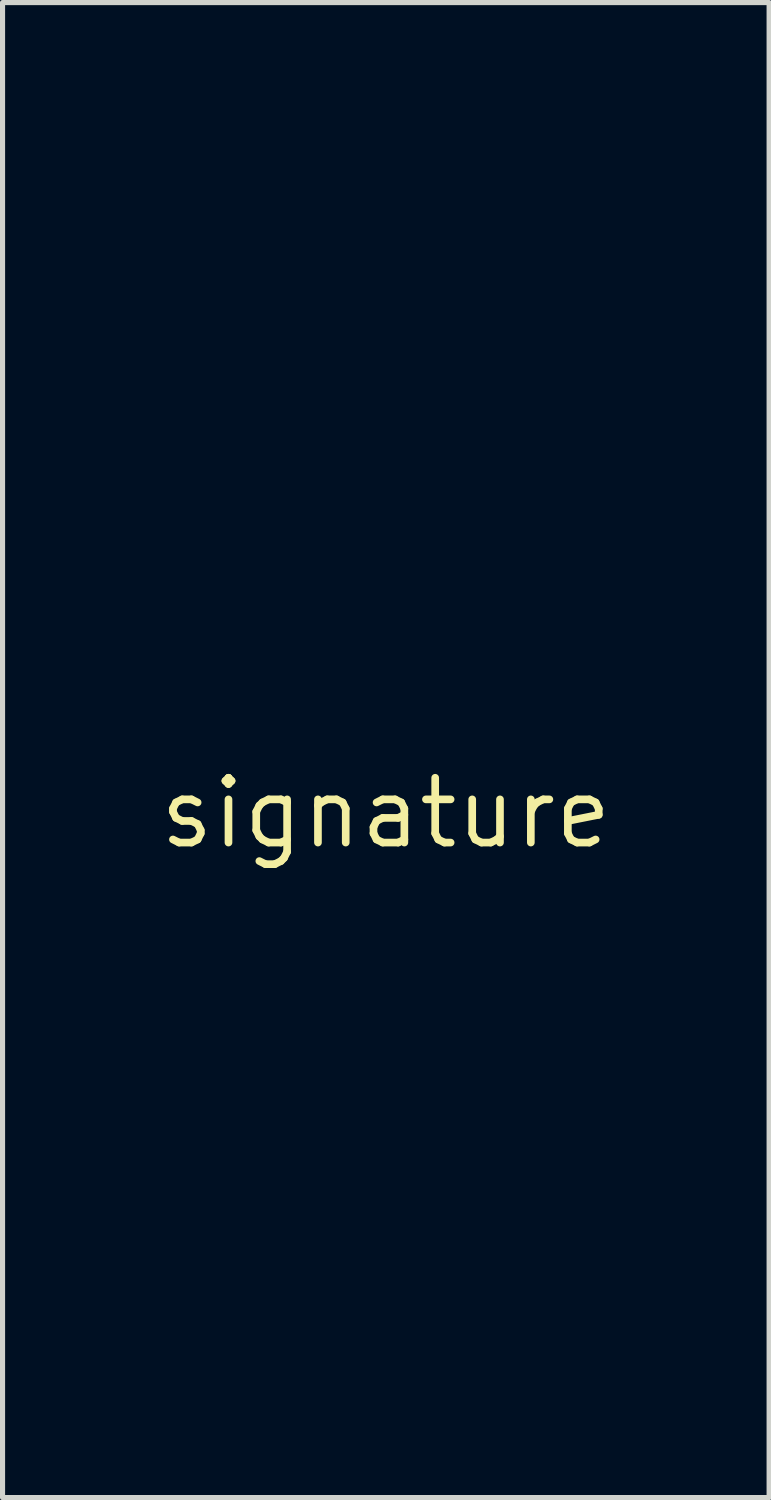
<source format=kicad_pcb>
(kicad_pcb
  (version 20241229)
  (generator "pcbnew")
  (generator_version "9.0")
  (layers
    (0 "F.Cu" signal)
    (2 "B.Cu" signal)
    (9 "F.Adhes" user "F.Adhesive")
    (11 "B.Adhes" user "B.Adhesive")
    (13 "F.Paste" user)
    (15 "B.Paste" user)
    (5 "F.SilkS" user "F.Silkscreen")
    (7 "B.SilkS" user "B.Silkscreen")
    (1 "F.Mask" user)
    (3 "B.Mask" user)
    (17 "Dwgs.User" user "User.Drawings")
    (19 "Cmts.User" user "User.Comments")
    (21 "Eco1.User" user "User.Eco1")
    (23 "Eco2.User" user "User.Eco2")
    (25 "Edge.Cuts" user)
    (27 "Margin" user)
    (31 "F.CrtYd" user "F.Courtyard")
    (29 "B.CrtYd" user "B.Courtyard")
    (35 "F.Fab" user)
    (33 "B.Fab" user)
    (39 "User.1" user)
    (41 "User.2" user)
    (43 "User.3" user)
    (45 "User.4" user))
  (footprint "signature"
    (layer "F.Cu")
    (at 4.513 12.886)
    (property "Reference" "signature" (at 0 0 0) (layer "F.SilkS") (effects (font (size 1.27 1.27) (thickness 0.15))))
    (attr through_hole)
    (fp_poly (pts (xy -3.387 1.736) (xy -3.768 1.736) (xy -3.768 1.312) (xy -3.387 1.312) (xy -3.387 1.736)) (stroke (width 0.01) (type solid)) (fill yes) (layer "F.Mask"))
    (fp_poly (pts (xy -1.651 1.736) (xy -3.133 1.736) (xy -3.133 1.312) (xy -1.651 1.312) (xy -1.651 1.736)) (stroke (width 0.01) (type solid)) (fill yes) (layer "F.Mask"))
    (fp_poly (pts (xy 2.752 -10.118) (xy 0.762 -10.118) (xy 0.762 -10.626) (xy 2.752 -10.626) (xy 2.752 -10.118)) (stroke (width 0.01) (type solid)) (fill yes) (layer "F.Mask"))
    (fp_poly (pts (xy 0.339 -10.118) (xy -0.131 -10.118) (xy -0.118 -10.382) (xy -0.106 -10.647) (xy 0.339 -10.672) (xy 0.339 -10.118)) (stroke (width 0.01) (type solid)) (fill yes) (layer "F.Mask"))
    (fp_poly (pts (xy 0.318 -9.292) (xy 0.54 -9.279) (xy 0.762 -9.267) (xy 0.762 -9.737) (xy 1.228 -9.737) (xy 1.228 -9.271) (xy 2.752 -9.271) (xy 2.752 -8.763) (xy 1.228 -8.763) (xy 1.228 -8.382) (xy 0.762 -8.382) (xy 0.762 -8.763) (xy 0.506 -8.763) (xy 0.263 -8.786) (xy 0.084 -8.854) (xy -0.027 -8.965) (xy -0.045 -9.003) (xy -0.069 -9.1) (xy -0.094 -9.249) (xy -0.113 -9.419) (xy -0.113 -9.425) (xy -0.139 -9.737) (xy 0.242 -9.737) (xy 0.318 -9.292)) (stroke (width 0.01) (type solid)) (fill yes) (layer "F.Mask"))
    (fp_poly (pts (xy 0.297 1.365) (xy 0.309 1.521) (xy 0.354 1.614) (xy 0.448 1.662) (xy 0.566 1.682) (xy 0.762 1.704) (xy 0.762 1.185) (xy 1.228 1.185) (xy 1.228 1.693) (xy 2.794 1.693) (xy 2.794 2.244) (xy 1.228 2.244) (xy 1.228 2.625) (xy 0.762 2.625) (xy 0.762 2.256) (xy 0.488 2.23) (xy 0.257 2.196) (xy 0.09 2.136) (xy -0.022 2.038) (xy -0.089 1.889) (xy -0.121 1.679) (xy -0.127 1.471) (xy -0.127 1.185) (xy 0.296 1.185) (xy 0.297 1.365)) (stroke (width 0.01) (type solid)) (fill yes) (layer "F.Mask"))
    (fp_poly (pts (xy 1.238 9.279) (xy 1.63 9.284) (xy 1.945 9.293) (xy 2.193 9.307) (xy 2.383 9.333) (xy 2.522 9.374) (xy 2.619 9.435) (xy 2.684 9.52) (xy 2.724 9.634) (xy 2.748 9.781) (xy 2.765 9.966) (xy 2.772 10.065) (xy 2.8 10.414) (xy 2.286 10.414) (xy 2.286 10.232) (xy 2.285 10.13) (xy 2.276 10.05) (xy 2.25 9.989) (xy 2.197 9.945) (xy 2.108 9.915) (xy 1.974 9.896) (xy 1.786 9.884) (xy 1.533 9.877) (xy 1.207 9.873) (xy 1.125 9.872) (xy 0.085 9.858) (xy 0.085 9.262) (xy 1.238 9.279)) (stroke (width 0.01) (type solid)) (fill yes) (layer "F.Mask"))
    (fp_poly (pts (xy -1.651 -1.616) (xy -2.182 -1.602) (xy -2.421 -1.593) (xy -2.588 -1.58) (xy -2.696 -1.555) (xy -2.757 -1.515) (xy -2.786 -1.454) (xy -2.793 -1.366) (xy -2.793 -1.352) (xy -2.786 -1.251) (xy -2.754 -1.179) (xy -2.686 -1.13) (xy -2.568 -1.099) (xy -2.389 -1.08) (xy -2.166 -1.068) (xy -1.651 -1.047) (xy -1.651 -0.72) (xy -3.09 -0.72) (xy -3.09 -0.889) (xy -3.084 -0.999) (xy -3.056 -1.048) (xy -2.998 -1.058) (xy -2.906 -1.058) (xy -2.995 -1.154) (xy -3.077 -1.291) (xy -3.115 -1.46) (xy -3.109 -1.634) (xy -3.061 -1.789) (xy -2.972 -1.899) (xy -2.949 -1.914) (xy -2.868 -1.936) (xy -2.717 -1.956) (xy -2.508 -1.971) (xy -2.257 -1.982) (xy -2.254 -1.982) (xy -1.651 -1.999) (xy -1.651 -1.616)) (stroke (width 0.01) (type solid)) (fill yes) (layer "F.Mask"))
    (fp_poly (pts (xy -2.319 5.069) (xy -2.086 5.087) (xy -1.918 5.128) (xy -1.802 5.203) (xy -1.729 5.322) (xy -1.687 5.495) (xy -1.666 5.733) (xy -1.658 5.999) (xy -1.643 6.604) (xy -3.654 6.604) (xy -3.633 6.181) (xy -3.217 6.181) (xy -2.032 6.181) (xy -2.032 5.906) (xy -2.038 5.748) (xy -2.066 5.636) (xy -2.126 5.564) (xy -2.232 5.523) (xy -2.394 5.507) (xy -2.627 5.508) (xy -2.688 5.51) (xy -2.905 5.52) (xy -3.05 5.535) (xy -3.136 5.557) (xy -3.176 5.588) (xy -3.197 5.662) (xy -3.212 5.791) (xy -3.217 5.916) (xy -3.217 6.181) (xy -3.633 6.181) (xy -3.627 6.049) (xy -3.607 5.734) (xy -3.575 5.495) (xy -3.52 5.32) (xy -3.432 5.199) (xy -3.301 5.123) (xy -3.117 5.082) (xy -2.87 5.066) (xy -2.625 5.064) (xy -2.319 5.069)) (stroke (width 0.01) (type solid)) (fill yes) (layer "F.Mask"))
    (fp_poly (pts (xy -2.275 -9.218) (xy -2.014 -9.208) (xy -1.774 -9.196) (xy -1.573 -9.181) (xy -1.426 -9.166) (xy -1.347 -9.15) (xy -1.346 -9.15) (xy -1.241 -9.085) (xy -1.168 -8.98) (xy -1.124 -8.821) (xy -1.103 -8.597) (xy -1.101 -8.448) (xy -1.101 -8.043) (xy -1.397 -8.043) (xy -1.397 -8.377) (xy -1.402 -8.569) (xy -1.424 -8.694) (xy -1.474 -8.769) (xy -1.561 -8.812) (xy -1.668 -8.834) (xy -1.78 -8.838) (xy -1.82 -8.807) (xy -1.784 -8.745) (xy -1.758 -8.722) (xy -1.691 -8.617) (xy -1.664 -8.468) (xy -1.672 -8.301) (xy -1.714 -8.145) (xy -1.787 -8.029) (xy -1.83 -7.996) (xy -1.905 -7.976) (xy -2.046 -7.957) (xy -2.235 -7.94) (xy -2.452 -7.928) (xy -2.506 -7.925) (xy -3.09 -7.904) (xy -3.09 -8.297) (xy -2.649 -8.297) (xy -2.397 -8.301) (xy -2.218 -8.314) (xy -2.099 -8.342) (xy -2.03 -8.388) (xy -1.997 -8.457) (xy -1.99 -8.545) (xy -1.997 -8.653) (xy -2.029 -8.73) (xy -2.097 -8.782) (xy -2.213 -8.814) (xy -2.391 -8.832) (xy -2.61 -8.842) (xy -3.09 -8.857) (xy -3.09 -9.241) (xy -2.275 -9.218)) (stroke (width 0.01) (type solid)) (fill yes) (layer "F.Mask"))
    (fp_poly (pts (xy -1.906 2.054) (xy -1.764 2.125) (xy -1.67 2.25) (xy -1.62 2.436) (xy -1.612 2.688) (xy -1.628 2.896) (xy -1.658 3.175) (xy -1.991 3.175) (xy -1.982 2.847) (xy -1.981 2.644) (xy -1.995 2.512) (xy -2.027 2.44) (xy -2.081 2.414) (xy -2.095 2.413) (xy -2.136 2.426) (xy -2.167 2.476) (xy -2.193 2.577) (xy -2.218 2.744) (xy -2.224 2.794) (xy -2.266 2.995) (xy -2.341 3.125) (xy -2.46 3.194) (xy -2.632 3.215) (xy -2.643 3.214) (xy -2.787 3.204) (xy -2.909 3.182) (xy -2.948 3.168) (xy -3.035 3.099) (xy -3.093 2.986) (xy -3.124 2.814) (xy -3.133 2.584) (xy -3.13 2.379) (xy -3.118 2.245) (xy -3.089 2.166) (xy -3.038 2.128) (xy -2.958 2.117) (xy -2.926 2.117) (xy -2.771 2.117) (xy -2.787 2.426) (xy -2.791 2.599) (xy -2.781 2.708) (xy -2.753 2.772) (xy -2.737 2.789) (xy -2.671 2.825) (xy -2.623 2.799) (xy -2.588 2.705) (xy -2.561 2.535) (xy -2.559 2.511) (xy -2.522 2.297) (xy -2.457 2.155) (xy -2.353 2.072) (xy -2.199 2.036) (xy -2.1 2.032) (xy -1.906 2.054)) (stroke (width 0.01) (type solid)) (fill yes) (layer "F.Mask"))
    (fp_poly (pts (xy 1.905 -11.642) (xy 2.045 -11.642) (xy 2.163 -11.649) (xy 2.246 -11.677) (xy 2.3 -11.741) (xy 2.331 -11.851) (xy 2.345 -12.02) (xy 2.347 -12.26) (xy 2.347 -12.273) (xy 2.345 -12.785) (xy 2.744 -12.785) (xy 2.775 -12.373) (xy 2.786 -11.997) (xy 2.757 -11.693) (xy 2.688 -11.46) (xy 2.577 -11.294) (xy 2.424 -11.195) (xy 2.409 -11.189) (xy 2.313 -11.171) (xy 2.154 -11.156) (xy 1.957 -11.146) (xy 1.743 -11.141) (xy 1.536 -11.141) (xy 1.357 -11.147) (xy 1.23 -11.16) (xy 1.206 -11.165) (xy 1.024 -11.25) (xy 0.89 -11.401) (xy 0.804 -11.621) (xy 0.765 -11.91) (xy 0.765 -11.912) (xy 1.18 -11.912) (xy 1.215 -11.765) (xy 1.293 -11.678) (xy 1.419 -11.643) (xy 1.464 -11.642) (xy 1.609 -11.642) (xy 1.609 -12.361) (xy 1.445 -12.361) (xy 1.301 -12.343) (xy 1.22 -12.278) (xy 1.185 -12.151) (xy 1.183 -12.129) (xy 1.18 -11.912) (xy 0.765 -11.912) (xy 0.762 -12.023) (xy 0.776 -12.306) (xy 0.824 -12.519) (xy 0.915 -12.67) (xy 1.058 -12.771) (xy 1.263 -12.831) (xy 1.529 -12.86) (xy 1.905 -12.881) (xy 1.905 -11.642)) (stroke (width 0.01) (type solid)) (fill yes) (layer "F.Mask"))
    (fp_poly (pts (xy -1.651 -5.034) (xy -1.66 -4.916) (xy -1.695 -4.856) (xy -1.735 -4.838) (xy -1.79 -4.82) (xy -1.792 -4.789) (xy -1.743 -4.719) (xy -1.735 -4.71) (xy -1.68 -4.59) (xy -1.652 -4.427) (xy -1.653 -4.258) (xy -1.686 -4.121) (xy -1.692 -4.109) (xy -1.776 -4.03) (xy -1.924 -3.966) (xy -2.116 -3.92) (xy -2.331 -3.896) (xy -2.549 -3.896) (xy -2.75 -3.923) (xy -2.809 -3.938) (xy -2.972 -4.018) (xy -3.072 -4.147) (xy -3.114 -4.301) (xy -3.12 -4.469) (xy -3.082 -4.595) (xy -2.786 -4.595) (xy -2.784 -4.458) (xy -2.733 -4.348) (xy -2.727 -4.342) (xy -2.652 -4.308) (xy -2.52 -4.285) (xy -2.363 -4.273) (xy -2.207 -4.275) (xy -2.082 -4.293) (xy -2.057 -4.301) (xy -2.012 -4.348) (xy -1.992 -4.455) (xy -1.99 -4.535) (xy -1.995 -4.663) (xy -2.018 -4.734) (xy -2.072 -4.774) (xy -2.106 -4.788) (xy -2.239 -4.817) (xy -2.399 -4.82) (xy -2.556 -4.8) (xy -2.681 -4.76) (xy -2.737 -4.719) (xy -2.786 -4.595) (xy -3.082 -4.595) (xy -3.073 -4.625) (xy -3.058 -4.656) (xy -2.974 -4.826) (xy -3.773 -4.826) (xy -3.76 -5.006) (xy -3.747 -5.186) (xy -1.651 -5.208) (xy -1.651 -5.034)) (stroke (width 0.01) (type solid)) (fill yes) (layer "F.Mask"))
    (fp_poly (pts (xy -2.286 -2.709) (xy -2.16 -2.709) (xy -2.068 -2.725) (xy -2.005 -2.778) (xy -1.968 -2.883) (xy -1.95 -3.05) (xy -1.947 -3.215) (xy -1.947 -3.556) (xy -1.821 -3.556) (xy -1.747 -3.546) (xy -1.696 -3.507) (xy -1.666 -3.427) (xy -1.653 -3.295) (xy -1.653 -3.096) (xy -1.657 -2.966) (xy -1.667 -2.78) (xy -1.681 -2.657) (xy -1.706 -2.575) (xy -1.748 -2.511) (xy -1.789 -2.467) (xy -1.85 -2.412) (xy -1.912 -2.377) (xy -1.996 -2.357) (xy -2.124 -2.345) (xy -2.316 -2.339) (xy -2.319 -2.339) (xy -2.583 -2.34) (xy -2.769 -2.359) (xy -2.859 -2.385) (xy -2.978 -2.483) (xy -3.066 -2.64) (xy -3.117 -2.838) (xy -3.122 -2.955) (xy -2.83 -2.955) (xy -2.795 -2.818) (xy -2.74 -2.736) (xy -2.644 -2.71) (xy -2.626 -2.709) (xy -2.498 -2.709) (xy -2.498 -2.963) (xy -2.499 -3.104) (xy -2.511 -3.18) (xy -2.543 -3.211) (xy -2.604 -3.217) (xy -2.623 -3.217) (xy -2.746 -3.184) (xy -2.817 -3.093) (xy -2.83 -2.955) (xy -3.122 -2.955) (xy -3.126 -3.057) (xy -3.095 -3.242) (xy -3.041 -3.39) (xy -2.962 -3.487) (xy -2.84 -3.546) (xy -2.657 -3.579) (xy -2.587 -3.585) (xy -2.286 -3.611) (xy -2.286 -2.709)) (stroke (width 0.01) (type solid)) (fill yes) (layer "F.Mask"))
    (fp_poly (pts (xy -2.244 3.916) (xy -2.242 4.124) (xy -2.232 4.259) (xy -2.211 4.332) (xy -2.173 4.355) (xy -2.112 4.337) (xy -2.072 4.317) (xy -2.032 4.285) (xy -2.007 4.232) (xy -1.995 4.138) (xy -1.99 3.985) (xy -1.99 3.893) (xy -1.99 3.514) (xy -1.658 3.514) (xy -1.628 3.792) (xy -1.613 4.098) (xy -1.639 4.351) (xy -1.703 4.543) (xy -1.803 4.667) (xy -1.85 4.695) (xy -1.964 4.726) (xy -2.133 4.75) (xy -2.331 4.763) (xy -2.527 4.765) (xy -2.693 4.753) (xy -2.731 4.748) (xy -2.853 4.72) (xy -2.944 4.689) (xy -2.957 4.682) (xy -3.03 4.594) (xy -3.086 4.445) (xy -3.121 4.26) (xy -3.133 4.086) (xy -2.797 4.086) (xy -2.787 4.207) (xy -2.74 4.299) (xy -2.72 4.315) (xy -2.629 4.356) (xy -2.574 4.344) (xy -2.547 4.267) (xy -2.54 4.117) (xy -2.54 4.106) (xy -2.546 3.954) (xy -2.569 3.875) (xy -2.619 3.858) (xy -2.704 3.892) (xy -2.712 3.896) (xy -2.772 3.97) (xy -2.797 4.086) (xy -3.133 4.086) (xy -3.134 4.06) (xy -3.122 3.869) (xy -3.082 3.711) (xy -3.067 3.679) (xy -2.993 3.578) (xy -2.886 3.514) (xy -2.729 3.481) (xy -2.516 3.471) (xy -2.244 3.471) (xy -2.244 3.916)) (stroke (width 0.01) (type solid)) (fill yes) (layer "F.Mask"))
    (fp_poly (pts (xy 1.947 4.106) (xy 2.053 4.106) (xy 2.163 4.077) (xy 2.244 4.022) (xy 2.281 3.976) (xy 2.305 3.915) (xy 2.32 3.821) (xy 2.326 3.679) (xy 2.328 3.47) (xy 2.328 3.45) (xy 2.328 2.963) (xy 2.535 2.963) (xy 2.632 2.966) (xy 2.701 2.982) (xy 2.747 3.025) (xy 2.774 3.105) (xy 2.788 3.237) (xy 2.793 3.432) (xy 2.793 3.624) (xy 2.785 3.935) (xy 2.754 4.175) (xy 2.698 4.352) (xy 2.61 4.477) (xy 2.487 4.562) (xy 2.348 4.61) (xy 2.197 4.634) (xy 1.991 4.647) (xy 1.757 4.651) (xy 1.526 4.645) (xy 1.324 4.628) (xy 1.209 4.609) (xy 1.032 4.546) (xy 0.902 4.445) (xy 0.815 4.297) (xy 0.764 4.09) (xy 0.744 3.814) (xy 0.743 3.747) (xy 1.185 3.747) (xy 1.211 3.925) (xy 1.291 4.041) (xy 1.429 4.097) (xy 1.492 4.103) (xy 1.528 4.095) (xy 1.551 4.057) (xy 1.562 3.973) (xy 1.566 3.826) (xy 1.566 3.743) (xy 1.566 3.38) (xy 1.429 3.408) (xy 1.291 3.462) (xy 1.213 3.559) (xy 1.186 3.716) (xy 1.185 3.747) (xy 0.743 3.747) (xy 0.753 3.458) (xy 0.791 3.242) (xy 0.867 3.088) (xy 0.99 2.985) (xy 1.17 2.923) (xy 1.416 2.892) (xy 1.531 2.886) (xy 1.947 2.869) (xy 1.947 4.106)) (stroke (width 0.01) (type solid)) (fill yes) (layer "F.Mask"))
    (fp_poly (pts (xy -2.088 -7.561) (xy -1.873 -7.51) (xy -1.735 -7.425) (xy -1.697 -7.372) (xy -1.656 -7.233) (xy -1.651 -7.059) (xy -1.679 -6.889) (xy -1.736 -6.761) (xy -1.739 -6.758) (xy -1.826 -6.646) (xy -1.736 -6.646) (xy -1.68 -6.636) (xy -1.657 -6.591) (xy -1.658 -6.489) (xy -1.659 -6.466) (xy -1.672 -6.287) (xy -2.691 -6.275) (xy -2.977 -6.273) (xy -3.234 -6.274) (xy -3.45 -6.276) (xy -3.614 -6.281) (xy -3.714 -6.287) (xy -3.739 -6.293) (xy -3.757 -6.351) (xy -3.767 -6.457) (xy -3.768 -6.484) (xy -3.768 -6.646) (xy -3.365 -6.646) (xy -3.161 -6.65) (xy -3.033 -6.663) (xy -2.975 -6.687) (xy -2.979 -6.726) (xy -3.025 -6.772) (xy -3.08 -6.862) (xy -3.091 -6.906) (xy -2.79 -6.906) (xy -2.745 -6.778) (xy -2.644 -6.695) (xy -2.603 -6.681) (xy -2.463 -6.665) (xy -2.303 -6.671) (xy -2.156 -6.694) (xy -2.055 -6.731) (xy -2.045 -6.738) (xy -2.004 -6.825) (xy -1.998 -6.981) (xy -2.011 -7.176) (xy -2.37 -7.176) (xy -2.544 -7.174) (xy -2.653 -7.167) (xy -2.714 -7.149) (xy -2.747 -7.114) (xy -2.769 -7.059) (xy -2.79 -6.906) (xy -3.091 -6.906) (xy -3.113 -7.001) (xy -3.118 -7.154) (xy -3.093 -7.289) (xy -3.084 -7.309) (xy -2.99 -7.434) (xy -2.84 -7.518) (xy -2.627 -7.565) (xy -2.38 -7.578) (xy -2.088 -7.561)) (stroke (width 0.01) (type solid)) (fill yes) (layer "F.Mask"))
    (fp_poly (pts (xy 2.427 5.027) (xy 2.522 5.057) (xy 2.626 5.118) (xy 2.702 5.207) (xy 2.752 5.337) (xy 2.781 5.52) (xy 2.793 5.77) (xy 2.793 5.894) (xy 2.792 6.145) (xy 2.786 6.323) (xy 2.769 6.442) (xy 2.739 6.513) (xy 2.688 6.548) (xy 2.614 6.56) (xy 2.536 6.562) (xy 2.331 6.562) (xy 2.319 6.064) (xy 2.307 5.567) (xy 2.182 5.567) (xy 2.121 5.572) (xy 2.076 5.598) (xy 2.044 5.656) (xy 2.017 5.761) (xy 1.992 5.927) (xy 1.969 6.114) (xy 1.939 6.283) (xy 1.888 6.401) (xy 1.82 6.484) (xy 1.751 6.546) (xy 1.682 6.581) (xy 1.588 6.599) (xy 1.442 6.604) (xy 1.375 6.604) (xy 1.207 6.602) (xy 1.099 6.59) (xy 1.023 6.561) (xy 0.954 6.507) (xy 0.91 6.464) (xy 0.83 6.372) (xy 0.782 6.277) (xy 0.753 6.146) (xy 0.741 6.045) (xy 0.73 5.85) (xy 0.734 5.626) (xy 0.747 5.455) (xy 0.783 5.144) (xy 1.006 5.131) (xy 1.23 5.118) (xy 1.202 5.514) (xy 1.192 5.76) (xy 1.205 5.932) (xy 1.243 6.039) (xy 1.309 6.089) (xy 1.357 6.096) (xy 1.421 6.077) (xy 1.468 6.011) (xy 1.504 5.887) (xy 1.533 5.693) (xy 1.54 5.619) (xy 1.568 5.401) (xy 1.606 5.25) (xy 1.66 5.151) (xy 1.74 5.085) (xy 1.798 5.057) (xy 1.989 5.009) (xy 2.213 4.999) (xy 2.427 5.027)) (stroke (width 0.01) (type solid)) (fill yes) (layer "F.Mask"))
    (fp_poly (pts (xy 2.053 6.972) (xy 2.259 6.985) (xy 2.411 7.012) (xy 2.522 7.056) (xy 2.609 7.122) (xy 2.684 7.21) (xy 2.721 7.268) (xy 2.746 7.334) (xy 2.761 7.426) (xy 2.769 7.561) (xy 2.772 7.755) (xy 2.773 7.895) (xy 2.768 8.17) (xy 2.752 8.375) (xy 2.718 8.521) (xy 2.662 8.623) (xy 2.578 8.693) (xy 2.463 8.746) (xy 2.451 8.75) (xy 2.346 8.771) (xy 2.178 8.786) (xy 1.97 8.795) (xy 1.744 8.798) (xy 1.521 8.796) (xy 1.323 8.787) (xy 1.174 8.771) (xy 1.12 8.76) (xy 0.954 8.67) (xy 0.832 8.508) (xy 0.757 8.278) (xy 0.727 7.98) (xy 0.73 7.905) (xy 1.206 7.905) (xy 1.214 8.049) (xy 1.246 8.147) (xy 1.315 8.208) (xy 1.435 8.241) (xy 1.618 8.254) (xy 1.756 8.255) (xy 1.973 8.25) (xy 2.122 8.232) (xy 2.217 8.2) (xy 2.234 8.189) (xy 2.29 8.136) (xy 2.318 8.059) (xy 2.328 7.931) (xy 2.328 7.88) (xy 2.32 7.738) (xy 2.298 7.628) (xy 2.278 7.586) (xy 2.205 7.559) (xy 2.052 7.542) (xy 1.822 7.535) (xy 1.775 7.535) (xy 1.546 7.539) (xy 1.388 7.554) (xy 1.289 7.591) (xy 1.234 7.657) (xy 1.211 7.761) (xy 1.206 7.905) (xy 0.73 7.905) (xy 0.738 7.689) (xy 0.765 7.458) (xy 0.81 7.281) (xy 0.884 7.152) (xy 0.996 7.064) (xy 1.159 7.009) (xy 1.382 6.98) (xy 1.675 6.969) (xy 1.778 6.969) (xy 2.053 6.972)) (stroke (width 0.01) (type solid)) (fill yes) (layer "F.Mask"))
    (fp_poly (pts (xy 2.071 -8.058) (xy 2.268 -8.042) (xy 2.415 -8.019) (xy 2.474 -7.999) (xy 2.595 -7.919) (xy 2.681 -7.809) (xy 2.736 -7.655) (xy 2.765 -7.444) (xy 2.773 -7.176) (xy 2.767 -6.918) (xy 2.747 -6.727) (xy 2.707 -6.587) (xy 2.642 -6.481) (xy 2.547 -6.391) (xy 2.526 -6.375) (xy 2.468 -6.338) (xy 2.398 -6.313) (xy 2.299 -6.296) (xy 2.157 -6.286) (xy 1.952 -6.28) (xy 1.849 -6.278) (xy 1.627 -6.278) (xy 1.423 -6.282) (xy 1.26 -6.291) (xy 1.158 -6.304) (xy 1.152 -6.305) (xy 1.008 -6.359) (xy 0.902 -6.446) (xy 0.83 -6.577) (xy 0.786 -6.763) (xy 0.766 -7.015) (xy 0.763 -7.197) (xy 0.768 -7.314) (xy 1.191 -7.314) (xy 1.193 -7.16) (xy 1.194 -7.134) (xy 1.206 -6.988) (xy 1.229 -6.901) (xy 1.273 -6.85) (xy 1.312 -6.826) (xy 1.405 -6.801) (xy 1.551 -6.786) (xy 1.729 -6.78) (xy 1.914 -6.784) (xy 2.085 -6.796) (xy 2.218 -6.817) (xy 2.29 -6.845) (xy 2.291 -6.846) (xy 2.324 -6.915) (xy 2.351 -7.037) (xy 2.361 -7.122) (xy 2.365 -7.276) (xy 2.341 -7.379) (xy 2.301 -7.442) (xy 2.261 -7.485) (xy 2.21 -7.513) (xy 2.133 -7.529) (xy 2.011 -7.537) (xy 1.827 -7.539) (xy 1.758 -7.539) (xy 1.526 -7.536) (xy 1.366 -7.521) (xy 1.265 -7.485) (xy 1.211 -7.419) (xy 1.191 -7.314) (xy 0.768 -7.314) (xy 0.775 -7.483) (xy 0.813 -7.699) (xy 0.881 -7.853) (xy 0.982 -7.956) (xy 1.086 -8.007) (xy 1.212 -8.034) (xy 1.395 -8.053) (xy 1.613 -8.063) (xy 1.845 -8.065) (xy 2.071 -8.058)) (stroke (width 0.01) (type solid)) (fill yes) (layer "F.Mask"))
    (fp_poly (pts (xy 1.609 -2.159) (xy 2.699 -2.159) (xy 2.725 -2.026) (xy 2.767 -1.742) (xy 2.785 -1.439) (xy 2.781 -1.135) (xy 2.757 -0.85) (xy 2.712 -0.6) (xy 2.65 -0.405) (xy 2.609 -0.329) (xy 2.463 -0.184) (xy 2.266 -0.092) (xy 2.038 -0.06) (xy 1.905 -0.071) (xy 1.711 -0.124) (xy 1.578 -0.213) (xy 1.494 -0.342) (xy 1.443 -0.443) (xy 1.405 -0.5) (xy 1.397 -0.506) (xy 1.367 -0.472) (xy 1.321 -0.388) (xy 1.312 -0.37) (xy 1.199 -0.221) (xy 1.027 -0.128) (xy 0.808 -0.094) (xy 0.728 -0.097) (xy 0.51 -0.141) (xy 0.341 -0.242) (xy 0.215 -0.405) (xy 0.128 -0.637) (xy 0.082 -0.888) (xy 0.072 -1.03) (xy 0.07 -1.216) (xy 0.075 -1.425) (xy 0.085 -1.638) (xy 0.101 -1.835) (xy 0.119 -1.994) (xy 0.14 -2.098) (xy 0.149 -2.118) (xy 0.204 -2.144) (xy 0.31 -2.158) (xy 0.352 -2.159) (xy 0.529 -2.159) (xy 0.529 -1.462) (xy 0.531 -1.175) (xy 0.538 -0.962) (xy 0.555 -0.812) (xy 0.587 -0.714) (xy 0.639 -0.658) (xy 0.714 -0.631) (xy 0.817 -0.624) (xy 0.874 -0.625) (xy 1.019 -0.64) (xy 1.112 -0.689) (xy 1.163 -0.786) (xy 1.183 -0.946) (xy 1.185 -1.045) (xy 1.185 -1.312) (xy 1.597 -1.312) (xy 1.626 -1.028) (xy 1.653 -0.857) (xy 1.691 -0.726) (xy 1.723 -0.668) (xy 1.823 -0.611) (xy 1.964 -0.591) (xy 2.11 -0.607) (xy 2.225 -0.66) (xy 2.238 -0.672) (xy 2.289 -0.764) (xy 2.329 -0.916) (xy 2.355 -1.1) (xy 2.364 -1.293) (xy 2.352 -1.468) (xy 2.349 -1.483) (xy 2.321 -1.651) (xy 1.185 -1.651) (xy 1.185 -2.582) (xy 1.609 -2.582) (xy 1.609 -2.159)) (stroke (width 0.01) (type solid)) (fill yes) (layer "F.Mask"))
    (fp_poly (pts (xy 2.237 -5.825) (xy 2.357 -5.797) (xy 2.513 -5.716) (xy 2.631 -5.598) (xy 2.714 -5.437) (xy 2.765 -5.221) (xy 2.786 -4.944) (xy 2.782 -4.594) (xy 2.779 -4.537) (xy 2.767 -4.334) (xy 2.754 -4.161) (xy 2.741 -4.036) (xy 2.729 -3.977) (xy 2.729 -3.976) (xy 2.676 -3.954) (xy 2.567 -3.94) (xy 2.489 -3.937) (xy 2.273 -3.937) (xy 2.299 -4.413) (xy 2.308 -4.739) (xy 2.294 -4.988) (xy 2.258 -5.16) (xy 2.199 -5.251) (xy 2.194 -5.255) (xy 2.102 -5.282) (xy 1.973 -5.289) (xy 1.849 -5.277) (xy 1.786 -5.255) (xy 1.756 -5.198) (xy 1.723 -5.072) (xy 1.69 -4.891) (xy 1.672 -4.77) (xy 1.627 -4.481) (xy 1.573 -4.266) (xy 1.506 -4.112) (xy 1.421 -4.006) (xy 1.339 -3.95) (xy 1.21 -3.908) (xy 1.031 -3.879) (xy 0.836 -3.865) (xy 0.658 -3.87) (xy 0.547 -3.89) (xy 0.372 -3.967) (xy 0.243 -4.076) (xy 0.154 -4.228) (xy 0.1 -4.434) (xy 0.075 -4.705) (xy 0.072 -4.868) (xy 0.074 -5.08) (xy 0.082 -5.283) (xy 0.094 -5.448) (xy 0.101 -5.514) (xy 0.132 -5.715) (xy 0.352 -5.715) (xy 0.572 -5.715) (xy 0.557 -5.164) (xy 0.553 -4.889) (xy 0.563 -4.688) (xy 0.588 -4.55) (xy 0.634 -4.463) (xy 0.704 -4.418) (xy 0.802 -4.403) (xy 0.823 -4.403) (xy 0.94 -4.42) (xy 1.025 -4.46) (xy 1.028 -4.463) (xy 1.06 -4.533) (xy 1.094 -4.674) (xy 1.127 -4.869) (xy 1.141 -4.981) (xy 1.177 -5.249) (xy 1.217 -5.447) (xy 1.268 -5.586) (xy 1.336 -5.682) (xy 1.425 -5.747) (xy 1.486 -5.775) (xy 1.638 -5.814) (xy 1.836 -5.836) (xy 2.047 -5.84) (xy 2.237 -5.825)) (stroke (width 0.01) (type solid)) (fill yes) (layer "F.Mask"))
    (fp_poly (pts (xy -2.271 -0.296) (xy -1.962 -0.294) (xy -1.725 -0.289) (xy -1.547 -0.276) (xy -1.418 -0.254) (xy -1.324 -0.219) (xy -1.254 -0.169) (xy -1.194 -0.102) (xy -1.155 -0.046) (xy -1.1 0.054) (xy -1.07 0.167) (xy -1.059 0.323) (xy -1.059 0.398) (xy -1.062 0.609) (xy -1.076 0.749) (xy -1.105 0.834) (xy -1.157 0.875) (xy -1.236 0.888) (xy -1.267 0.889) (xy -1.424 0.889) (xy -1.421 0.547) (xy -1.429 0.339) (xy -1.458 0.202) (xy -1.518 0.122) (xy -1.615 0.088) (xy -1.683 0.085) (xy -1.751 0.09) (xy -1.753 0.123) (xy -1.717 0.179) (xy -1.672 0.294) (xy -1.652 0.456) (xy -1.657 0.627) (xy -1.686 0.774) (xy -1.716 0.836) (xy -1.799 0.909) (xy -1.92 0.966) (xy -1.938 0.972) (xy -2.111 1.001) (xy -2.326 1.012) (xy -2.549 1.005) (xy -2.746 0.981) (xy -2.85 0.955) (xy -2.955 0.915) (xy -3.018 0.887) (xy -3.024 0.882) (xy -3.09 0.754) (xy -3.126 0.583) (xy -3.13 0.401) (xy -3.125 0.377) (xy -2.75 0.377) (xy -2.739 0.487) (xy -2.71 0.557) (xy -2.699 0.565) (xy -2.617 0.579) (xy -2.484 0.587) (xy -2.332 0.588) (xy -2.195 0.582) (xy -2.105 0.569) (xy -2.099 0.567) (xy -2.052 0.514) (xy -2.033 0.395) (xy -2.032 0.354) (xy -2.039 0.233) (xy -2.069 0.167) (xy -2.136 0.127) (xy -2.148 0.122) (xy -2.266 0.097) (xy -2.412 0.094) (xy -2.555 0.109) (xy -2.667 0.141) (xy -2.713 0.174) (xy -2.742 0.262) (xy -2.75 0.377) (xy -3.125 0.377) (xy -3.099 0.243) (xy -3.067 0.179) (xy -3.027 0.109) (xy -3.045 0.085) (xy -3.056 0.085) (xy -3.091 0.056) (xy -3.101 -0.037) (xy -3.097 -0.106) (xy -3.082 -0.296) (xy -2.271 -0.296)) (stroke (width 0.01) (type solid)) (fill yes) (layer "F.Mask")))
  (gr_rect
    (start -3 -3)
    (end 12.026 26.305)
    (stroke (width 0.1) (type default))
    (fill no)
    (layer "Edge.Cuts")))
</source>
